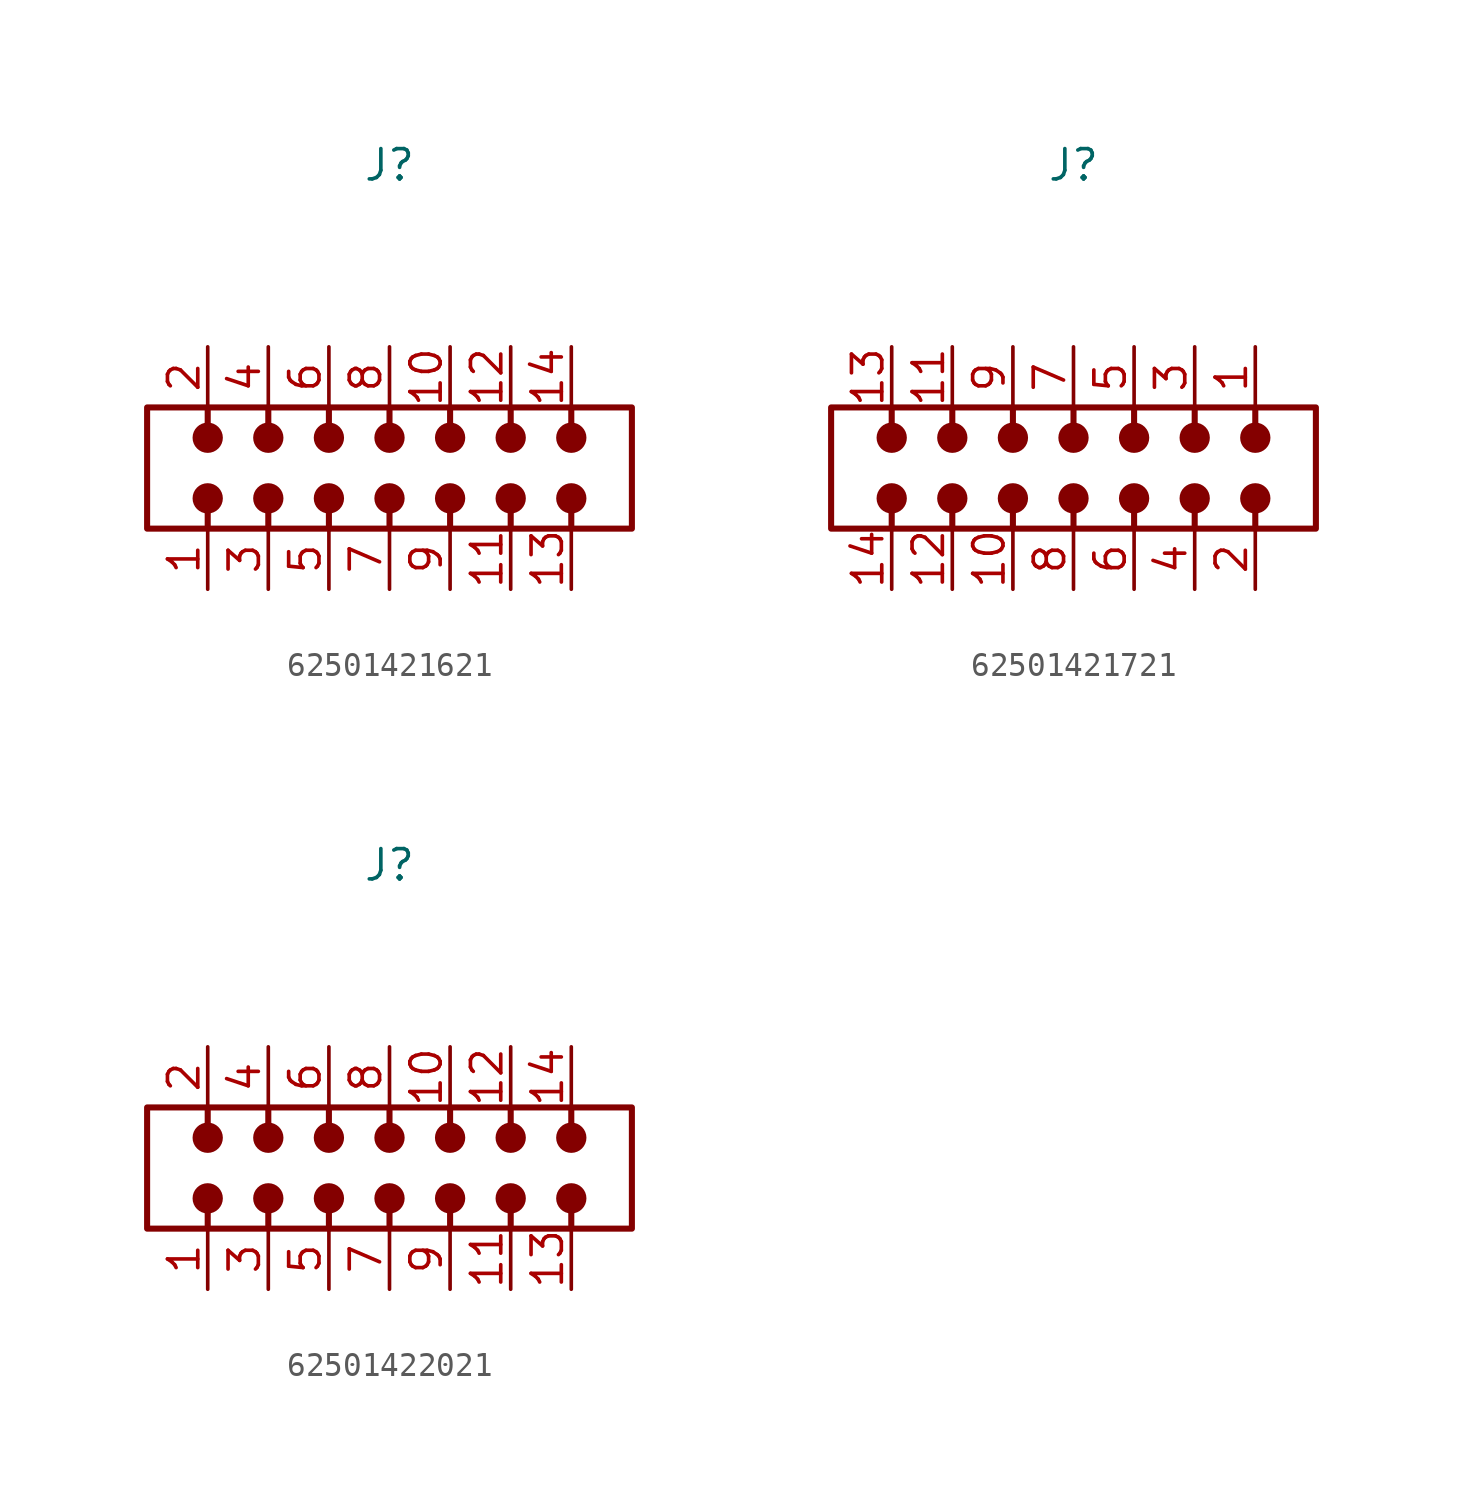
<source format=kicad_sym>
(kicad_symbol_lib
  (version 20241209)
  (generator "kicad_symbol_editor")
  (generator_version "9.0")
  (symbol "62501421621"
    (pin_names
      (hide yes))
    (property "Reference" "J"
      (at 0 12.7 0)
      (effects (font (size 1.27 1.27))))
    (symbol "62501421621_1_1"
      (rectangle (start -10.16 2.54) (end 10.16 -2.54) (stroke (width 0.254) (type solid)) (fill (type none)))
      (polyline (pts (xy -7.62 1.778) (xy -7.62 2.54)) (stroke (width 0.254) (type solid)) (fill (type none)))
      (circle (center -7.62 1.27) (radius 0.508) (stroke (width 0.254) (type solid)) (fill (type outline)))
      (circle (center -7.62 -1.27) (radius 0.508) (stroke (width 0.254) (type solid)) (fill (type outline)))
      (polyline (pts (xy -7.62 -1.778) (xy -7.62 -2.54)) (stroke (width 0.254) (type solid)) (fill (type none)))
      (polyline (pts (xy -5.08 1.778) (xy -5.08 2.54)) (stroke (width 0.254) (type solid)) (fill (type none)))
      (circle (center -5.08 1.27) (radius 0.508) (stroke (width 0.254) (type solid)) (fill (type outline)))
      (circle (center -5.08 -1.27) (radius 0.508) (stroke (width 0.254) (type solid)) (fill (type outline)))
      (polyline (pts (xy -5.08 -1.778) (xy -5.08 -2.54)) (stroke (width 0.254) (type solid)) (fill (type none)))
      (polyline (pts (xy -2.54 1.778) (xy -2.54 2.54)) (stroke (width 0.254) (type solid)) (fill (type none)))
      (circle (center -2.54 1.27) (radius 0.508) (stroke (width 0.254) (type solid)) (fill (type outline)))
      (circle (center -2.54 -1.27) (radius 0.508) (stroke (width 0.254) (type solid)) (fill (type outline)))
      (polyline (pts (xy -2.54 -1.778) (xy -2.54 -2.54)) (stroke (width 0.254) (type solid)) (fill (type none)))
      (polyline (pts (xy 0 1.778) (xy 0 2.54)) (stroke (width 0.254) (type solid)) (fill (type none)))
      (circle (center 0 1.27) (radius 0.508) (stroke (width 0.254) (type solid)) (fill (type outline)))
      (circle (center 0 -1.27) (radius 0.508) (stroke (width 0.254) (type solid)) (fill (type outline)))
      (polyline (pts (xy 0 -1.778) (xy 0 -2.54)) (stroke (width 0.254) (type solid)) (fill (type none)))
      (polyline (pts (xy 2.54 1.778) (xy 2.54 2.54)) (stroke (width 0.254) (type solid)) (fill (type none)))
      (circle (center 2.54 1.27) (radius 0.508) (stroke (width 0.254) (type solid)) (fill (type outline)))
      (circle (center 2.54 -1.27) (radius 0.508) (stroke (width 0.254) (type solid)) (fill (type outline)))
      (polyline (pts (xy 2.54 -1.778) (xy 2.54 -2.54)) (stroke (width 0.254) (type solid)) (fill (type none)))
      (polyline (pts (xy 5.08 1.778) (xy 5.08 2.54)) (stroke (width 0.254) (type solid)) (fill (type none)))
      (circle (center 5.08 1.27) (radius 0.508) (stroke (width 0.254) (type solid)) (fill (type outline)))
      (circle (center 5.08 -1.27) (radius 0.508) (stroke (width 0.254) (type solid)) (fill (type outline)))
      (polyline (pts (xy 5.08 -1.778) (xy 5.08 -2.54)) (stroke (width 0.254) (type solid)) (fill (type none)))
      (polyline (pts (xy 7.62 1.778) (xy 7.62 2.54)) (stroke (width 0.254) (type solid)) (fill (type none)))
      (circle (center 7.62 1.27) (radius 0.508) (stroke (width 0.254) (type solid)) (fill (type outline)))
      (circle (center 7.62 -1.27) (radius 0.508) (stroke (width 0.254) (type solid)) (fill (type outline)))
      (polyline (pts (xy 7.62 -1.778) (xy 7.62 -2.54)) (stroke (width 0.254) (type solid)) (fill (type none)))
      (pin passive line (at -7.62 5.08 270) (length 2.54) (name "2" (effects (font (size 1.27 1.27)))) (number "2" (effects (font (size 1.27 1.27)))))
      (pin passive line (at -7.62 -5.08 90) (length 2.54) (name "1" (effects (font (size 1.27 1.27)))) (number "1" (effects (font (size 1.27 1.27)))))
      (pin passive line (at -5.08 5.08 270) (length 2.54) (name "4" (effects (font (size 1.27 1.27)))) (number "4" (effects (font (size 1.27 1.27)))))
      (pin passive line (at -5.08 -5.08 90) (length 2.54) (name "3" (effects (font (size 1.27 1.27)))) (number "3" (effects (font (size 1.27 1.27)))))
      (pin passive line (at -2.54 5.08 270) (length 2.54) (name "6" (effects (font (size 1.27 1.27)))) (number "6" (effects (font (size 1.27 1.27)))))
      (pin passive line (at -2.54 -5.08 90) (length 2.54) (name "5" (effects (font (size 1.27 1.27)))) (number "5" (effects (font (size 1.27 1.27)))))
      (pin passive line (at 0 5.08 270) (length 2.54) (name "8" (effects (font (size 1.27 1.27)))) (number "8" (effects (font (size 1.27 1.27)))))
      (pin passive line (at 0 -5.08 90) (length 2.54) (name "7" (effects (font (size 1.27 1.27)))) (number "7" (effects (font (size 1.27 1.27)))))
      (pin passive line (at 2.54 5.08 270) (length 2.54) (name "10" (effects (font (size 1.27 1.27)))) (number "10" (effects (font (size 1.27 1.27)))))
      (pin passive line (at 2.54 -5.08 90) (length 2.54) (name "9" (effects (font (size 1.27 1.27)))) (number "9" (effects (font (size 1.27 1.27)))))
      (pin passive line (at 5.08 5.08 270) (length 2.54) (name "12" (effects (font (size 1.27 1.27)))) (number "12" (effects (font (size 1.27 1.27)))))
      (pin passive line (at 5.08 -5.08 90) (length 2.54) (name "11" (effects (font (size 1.27 1.27)))) (number "11" (effects (font (size 1.27 1.27)))))
      (pin passive line (at 7.62 5.08 270) (length 2.54) (name "14" (effects (font (size 1.27 1.27)))) (number "14" (effects (font (size 1.27 1.27)))))
      (pin passive line (at 7.62 -5.08 90) (length 2.54) (name "13" (effects (font (size 1.27 1.27)))) (number "13" (effects (font (size 1.27 1.27)))))))
  (symbol "62501421721"
    (pin_names
      (hide yes))
    (property "Reference" "J"
      (at 0 12.7 0)
      (effects (font (size 1.27 1.27))))
    (symbol "62501421721_1_1"
      (rectangle (start -10.16 2.54) (end 10.16 -2.54) (stroke (width 0.254) (type solid)) (fill (type none)))
      (polyline (pts (xy -7.62 1.778) (xy -7.62 2.54)) (stroke (width 0.254) (type solid)) (fill (type none)))
      (circle (center -7.62 1.27) (radius 0.508) (stroke (width 0.254) (type solid)) (fill (type outline)))
      (circle (center -7.62 -1.27) (radius 0.508) (stroke (width 0.254) (type solid)) (fill (type outline)))
      (polyline (pts (xy -7.62 -1.778) (xy -7.62 -2.54)) (stroke (width 0.254) (type solid)) (fill (type none)))
      (polyline (pts (xy -5.08 1.778) (xy -5.08 2.54)) (stroke (width 0.254) (type solid)) (fill (type none)))
      (circle (center -5.08 1.27) (radius 0.508) (stroke (width 0.254) (type solid)) (fill (type outline)))
      (circle (center -5.08 -1.27) (radius 0.508) (stroke (width 0.254) (type solid)) (fill (type outline)))
      (polyline (pts (xy -5.08 -1.778) (xy -5.08 -2.54)) (stroke (width 0.254) (type solid)) (fill (type none)))
      (polyline (pts (xy -2.54 1.778) (xy -2.54 2.54)) (stroke (width 0.254) (type solid)) (fill (type none)))
      (circle (center -2.54 1.27) (radius 0.508) (stroke (width 0.254) (type solid)) (fill (type outline)))
      (circle (center -2.54 -1.27) (radius 0.508) (stroke (width 0.254) (type solid)) (fill (type outline)))
      (polyline (pts (xy -2.54 -1.778) (xy -2.54 -2.54)) (stroke (width 0.254) (type solid)) (fill (type none)))
      (polyline (pts (xy 0 1.778) (xy 0 2.54)) (stroke (width 0.254) (type solid)) (fill (type none)))
      (circle (center 0 1.27) (radius 0.508) (stroke (width 0.254) (type solid)) (fill (type outline)))
      (circle (center 0 -1.27) (radius 0.508) (stroke (width 0.254) (type solid)) (fill (type outline)))
      (polyline (pts (xy 0 -1.778) (xy 0 -2.54)) (stroke (width 0.254) (type solid)) (fill (type none)))
      (polyline (pts (xy 2.54 1.778) (xy 2.54 2.54)) (stroke (width 0.254) (type solid)) (fill (type none)))
      (circle (center 2.54 1.27) (radius 0.508) (stroke (width 0.254) (type solid)) (fill (type outline)))
      (circle (center 2.54 -1.27) (radius 0.508) (stroke (width 0.254) (type solid)) (fill (type outline)))
      (polyline (pts (xy 2.54 -1.778) (xy 2.54 -2.54)) (stroke (width 0.254) (type solid)) (fill (type none)))
      (polyline (pts (xy 5.08 1.778) (xy 5.08 2.54)) (stroke (width 0.254) (type solid)) (fill (type none)))
      (circle (center 5.08 1.27) (radius 0.508) (stroke (width 0.254) (type solid)) (fill (type outline)))
      (circle (center 5.08 -1.27) (radius 0.508) (stroke (width 0.254) (type solid)) (fill (type outline)))
      (polyline (pts (xy 5.08 -1.778) (xy 5.08 -2.54)) (stroke (width 0.254) (type solid)) (fill (type none)))
      (polyline (pts (xy 7.62 1.778) (xy 7.62 2.54)) (stroke (width 0.254) (type solid)) (fill (type none)))
      (circle (center 7.62 1.27) (radius 0.508) (stroke (width 0.254) (type solid)) (fill (type outline)))
      (circle (center 7.62 -1.27) (radius 0.508) (stroke (width 0.254) (type solid)) (fill (type outline)))
      (polyline (pts (xy 7.62 -1.778) (xy 7.62 -2.54)) (stroke (width 0.254) (type solid)) (fill (type none)))
      (pin passive line (at -7.62 5.08 270) (length 2.54) (name "13" (effects (font (size 1.27 1.27)))) (number "13" (effects (font (size 1.27 1.27)))))
      (pin passive line (at -7.62 -5.08 90) (length 2.54) (name "14" (effects (font (size 1.27 1.27)))) (number "14" (effects (font (size 1.27 1.27)))))
      (pin passive line (at -5.08 5.08 270) (length 2.54) (name "11" (effects (font (size 1.27 1.27)))) (number "11" (effects (font (size 1.27 1.27)))))
      (pin passive line (at -5.08 -5.08 90) (length 2.54) (name "12" (effects (font (size 1.27 1.27)))) (number "12" (effects (font (size 1.27 1.27)))))
      (pin passive line (at -2.54 5.08 270) (length 2.54) (name "9" (effects (font (size 1.27 1.27)))) (number "9" (effects (font (size 1.27 1.27)))))
      (pin passive line (at -2.54 -5.08 90) (length 2.54) (name "10" (effects (font (size 1.27 1.27)))) (number "10" (effects (font (size 1.27 1.27)))))
      (pin passive line (at 0 5.08 270) (length 2.54) (name "7" (effects (font (size 1.27 1.27)))) (number "7" (effects (font (size 1.27 1.27)))))
      (pin passive line (at 0 -5.08 90) (length 2.54) (name "8" (effects (font (size 1.27 1.27)))) (number "8" (effects (font (size 1.27 1.27)))))
      (pin passive line (at 2.54 5.08 270) (length 2.54) (name "5" (effects (font (size 1.27 1.27)))) (number "5" (effects (font (size 1.27 1.27)))))
      (pin passive line (at 2.54 -5.08 90) (length 2.54) (name "6" (effects (font (size 1.27 1.27)))) (number "6" (effects (font (size 1.27 1.27)))))
      (pin passive line (at 5.08 5.08 270) (length 2.54) (name "3" (effects (font (size 1.27 1.27)))) (number "3" (effects (font (size 1.27 1.27)))))
      (pin passive line (at 5.08 -5.08 90) (length 2.54) (name "4" (effects (font (size 1.27 1.27)))) (number "4" (effects (font (size 1.27 1.27)))))
      (pin passive line (at 7.62 5.08 270) (length 2.54) (name "1" (effects (font (size 1.27 1.27)))) (number "1" (effects (font (size 1.27 1.27)))))
      (pin passive line (at 7.62 -5.08 90) (length 2.54) (name "2" (effects (font (size 1.27 1.27)))) (number "2" (effects (font (size 1.27 1.27)))))))
  (symbol "62501422021"
    (pin_names
      (hide yes))
    (property "Reference" "J"
      (at 0 12.7 0)
      (effects (font (size 1.27 1.27))))
    (symbol "62501422021_1_1"
      (rectangle (start -10.16 2.54) (end 10.16 -2.54) (stroke (width 0.254) (type solid)) (fill (type none)))
      (polyline (pts (xy -7.62 1.778) (xy -7.62 2.54)) (stroke (width 0.254) (type solid)) (fill (type none)))
      (circle (center -7.62 1.27) (radius 0.508) (stroke (width 0.254) (type solid)) (fill (type outline)))
      (circle (center -7.62 -1.27) (radius 0.508) (stroke (width 0.254) (type solid)) (fill (type outline)))
      (polyline (pts (xy -7.62 -1.778) (xy -7.62 -2.54)) (stroke (width 0.254) (type solid)) (fill (type none)))
      (polyline (pts (xy -5.08 1.778) (xy -5.08 2.54)) (stroke (width 0.254) (type solid)) (fill (type none)))
      (circle (center -5.08 1.27) (radius 0.508) (stroke (width 0.254) (type solid)) (fill (type outline)))
      (circle (center -5.08 -1.27) (radius 0.508) (stroke (width 0.254) (type solid)) (fill (type outline)))
      (polyline (pts (xy -5.08 -1.778) (xy -5.08 -2.54)) (stroke (width 0.254) (type solid)) (fill (type none)))
      (polyline (pts (xy -2.54 1.778) (xy -2.54 2.54)) (stroke (width 0.254) (type solid)) (fill (type none)))
      (circle (center -2.54 1.27) (radius 0.508) (stroke (width 0.254) (type solid)) (fill (type outline)))
      (circle (center -2.54 -1.27) (radius 0.508) (stroke (width 0.254) (type solid)) (fill (type outline)))
      (polyline (pts (xy -2.54 -1.778) (xy -2.54 -2.54)) (stroke (width 0.254) (type solid)) (fill (type none)))
      (polyline (pts (xy 0 1.778) (xy 0 2.54)) (stroke (width 0.254) (type solid)) (fill (type none)))
      (circle (center 0 1.27) (radius 0.508) (stroke (width 0.254) (type solid)) (fill (type outline)))
      (circle (center 0 -1.27) (radius 0.508) (stroke (width 0.254) (type solid)) (fill (type outline)))
      (polyline (pts (xy 0 -1.778) (xy 0 -2.54)) (stroke (width 0.254) (type solid)) (fill (type none)))
      (polyline (pts (xy 2.54 1.778) (xy 2.54 2.54)) (stroke (width 0.254) (type solid)) (fill (type none)))
      (circle (center 2.54 1.27) (radius 0.508) (stroke (width 0.254) (type solid)) (fill (type outline)))
      (circle (center 2.54 -1.27) (radius 0.508) (stroke (width 0.254) (type solid)) (fill (type outline)))
      (polyline (pts (xy 2.54 -1.778) (xy 2.54 -2.54)) (stroke (width 0.254) (type solid)) (fill (type none)))
      (polyline (pts (xy 5.08 1.778) (xy 5.08 2.54)) (stroke (width 0.254) (type solid)) (fill (type none)))
      (circle (center 5.08 1.27) (radius 0.508) (stroke (width 0.254) (type solid)) (fill (type outline)))
      (circle (center 5.08 -1.27) (radius 0.508) (stroke (width 0.254) (type solid)) (fill (type outline)))
      (polyline (pts (xy 5.08 -1.778) (xy 5.08 -2.54)) (stroke (width 0.254) (type solid)) (fill (type none)))
      (polyline (pts (xy 7.62 1.778) (xy 7.62 2.54)) (stroke (width 0.254) (type solid)) (fill (type none)))
      (circle (center 7.62 1.27) (radius 0.508) (stroke (width 0.254) (type solid)) (fill (type outline)))
      (circle (center 7.62 -1.27) (radius 0.508) (stroke (width 0.254) (type solid)) (fill (type outline)))
      (polyline (pts (xy 7.62 -1.778) (xy 7.62 -2.54)) (stroke (width 0.254) (type solid)) (fill (type none)))
      (pin passive line (at -7.62 5.08 270) (length 2.54) (name "2" (effects (font (size 1.27 1.27)))) (number "2" (effects (font (size 1.27 1.27)))))
      (pin passive line (at -7.62 -5.08 90) (length 2.54) (name "1" (effects (font (size 1.27 1.27)))) (number "1" (effects (font (size 1.27 1.27)))))
      (pin passive line (at -5.08 5.08 270) (length 2.54) (name "4" (effects (font (size 1.27 1.27)))) (number "4" (effects (font (size 1.27 1.27)))))
      (pin passive line (at -5.08 -5.08 90) (length 2.54) (name "3" (effects (font (size 1.27 1.27)))) (number "3" (effects (font (size 1.27 1.27)))))
      (pin passive line (at -2.54 5.08 270) (length 2.54) (name "6" (effects (font (size 1.27 1.27)))) (number "6" (effects (font (size 1.27 1.27)))))
      (pin passive line (at -2.54 -5.08 90) (length 2.54) (name "5" (effects (font (size 1.27 1.27)))) (number "5" (effects (font (size 1.27 1.27)))))
      (pin passive line (at 0 5.08 270) (length 2.54) (name "8" (effects (font (size 1.27 1.27)))) (number "8" (effects (font (size 1.27 1.27)))))
      (pin passive line (at 0 -5.08 90) (length 2.54) (name "7" (effects (font (size 1.27 1.27)))) (number "7" (effects (font (size 1.27 1.27)))))
      (pin passive line (at 2.54 5.08 270) (length 2.54) (name "10" (effects (font (size 1.27 1.27)))) (number "10" (effects (font (size 1.27 1.27)))))
      (pin passive line (at 2.54 -5.08 90) (length 2.54) (name "9" (effects (font (size 1.27 1.27)))) (number "9" (effects (font (size 1.27 1.27)))))
      (pin passive line (at 5.08 5.08 270) (length 2.54) (name "12" (effects (font (size 1.27 1.27)))) (number "12" (effects (font (size 1.27 1.27)))))
      (pin passive line (at 5.08 -5.08 90) (length 2.54) (name "11" (effects (font (size 1.27 1.27)))) (number "11" (effects (font (size 1.27 1.27)))))
      (pin passive line (at 7.62 5.08 270) (length 2.54) (name "14" (effects (font (size 1.27 1.27)))) (number "14" (effects (font (size 1.27 1.27)))))
      (pin passive line (at 7.62 -5.08 90) (length 2.54) (name "13" (effects (font (size 1.27 1.27)))) (number "13" (effects (font (size 1.27 1.27))))))))
</source>
